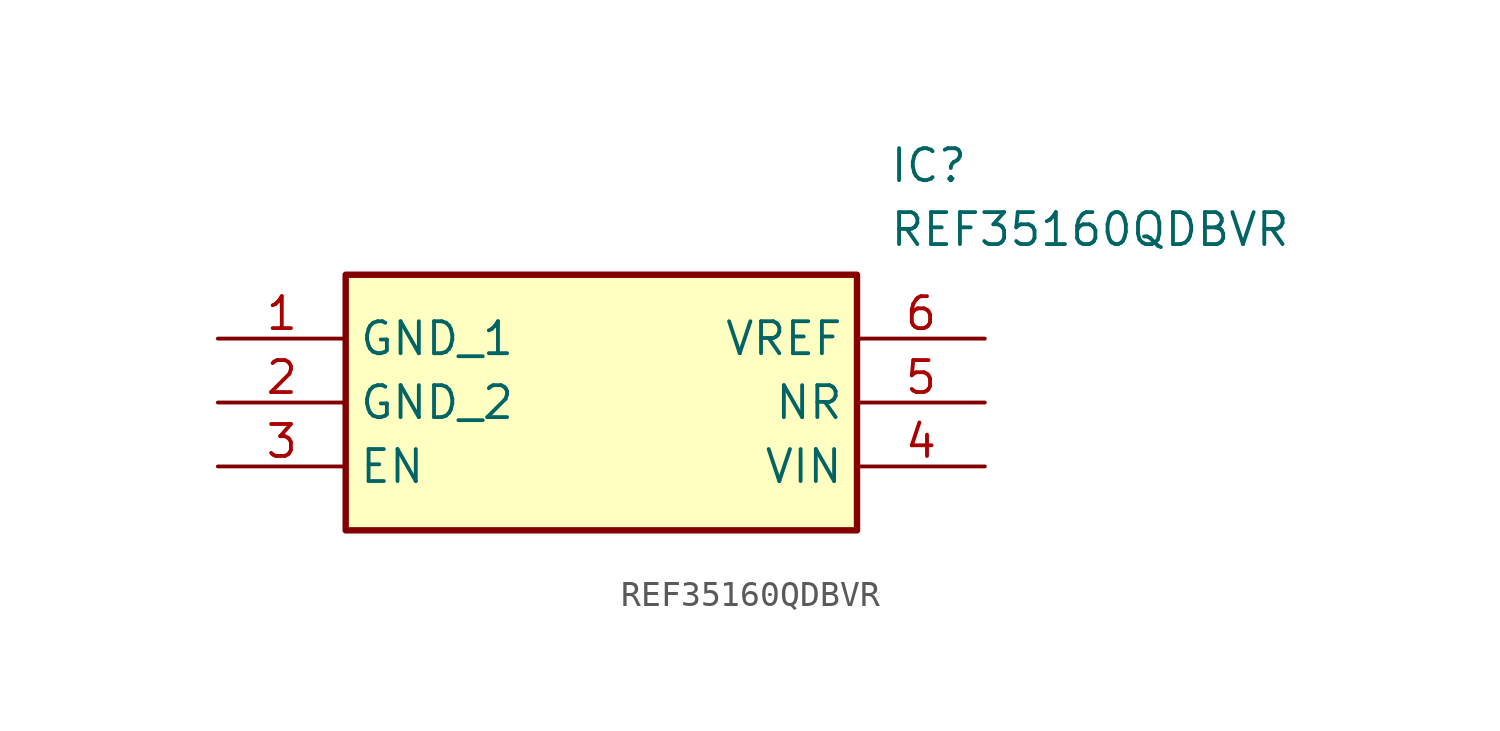
<source format=kicad_sym>
(kicad_symbol_lib
  (version 20211014)
  (generator SamacSys_ECAD_Model)
  (symbol "REF35160QDBVR"
    (property "Reference" "IC"
      (at 26.67 7.62 0)
      (effects (font (size 1.27 1.27)) (justify left top)))
    (property "Value" "REF35160QDBVR"
      (at 26.67 5.08 0)
      (effects (font (size 1.27 1.27)) (justify left top)))
    (rectangle
      (start 5.08 2.54)
      (end 25.4 -7.62)
      (stroke (width 0.254) (type default))
      (fill (type background)))
    (pin passive line
      (at 0 0 0)
      (length 5.08)
      (name "GND_1" (effects (font (size 1.27 1.27))))
      (number "1" (effects (font (size 1.27 1.27)))))
    (pin passive line
      (at 0 -2.54 0)
      (length 5.08)
      (name "GND_2" (effects (font (size 1.27 1.27))))
      (number "2" (effects (font (size 1.27 1.27)))))
    (pin passive line
      (at 0 -5.08 0)
      (length 5.08)
      (name "EN" (effects (font (size 1.27 1.27))))
      (number "3" (effects (font (size 1.27 1.27)))))
    (pin passive line
      (at 30.48 0 180)
      (length 5.08)
      (name "VREF" (effects (font (size 1.27 1.27))))
      (number "6" (effects (font (size 1.27 1.27)))))
    (pin passive line
      (at 30.48 -2.54 180)
      (length 5.08)
      (name "NR" (effects (font (size 1.27 1.27))))
      (number "5" (effects (font (size 1.27 1.27)))))
    (pin passive line
      (at 30.48 -5.08 180)
      (length 5.08)
      (name "VIN" (effects (font (size 1.27 1.27))))
      (number "4" (effects (font (size 1.27 1.27)))))))
</source>
